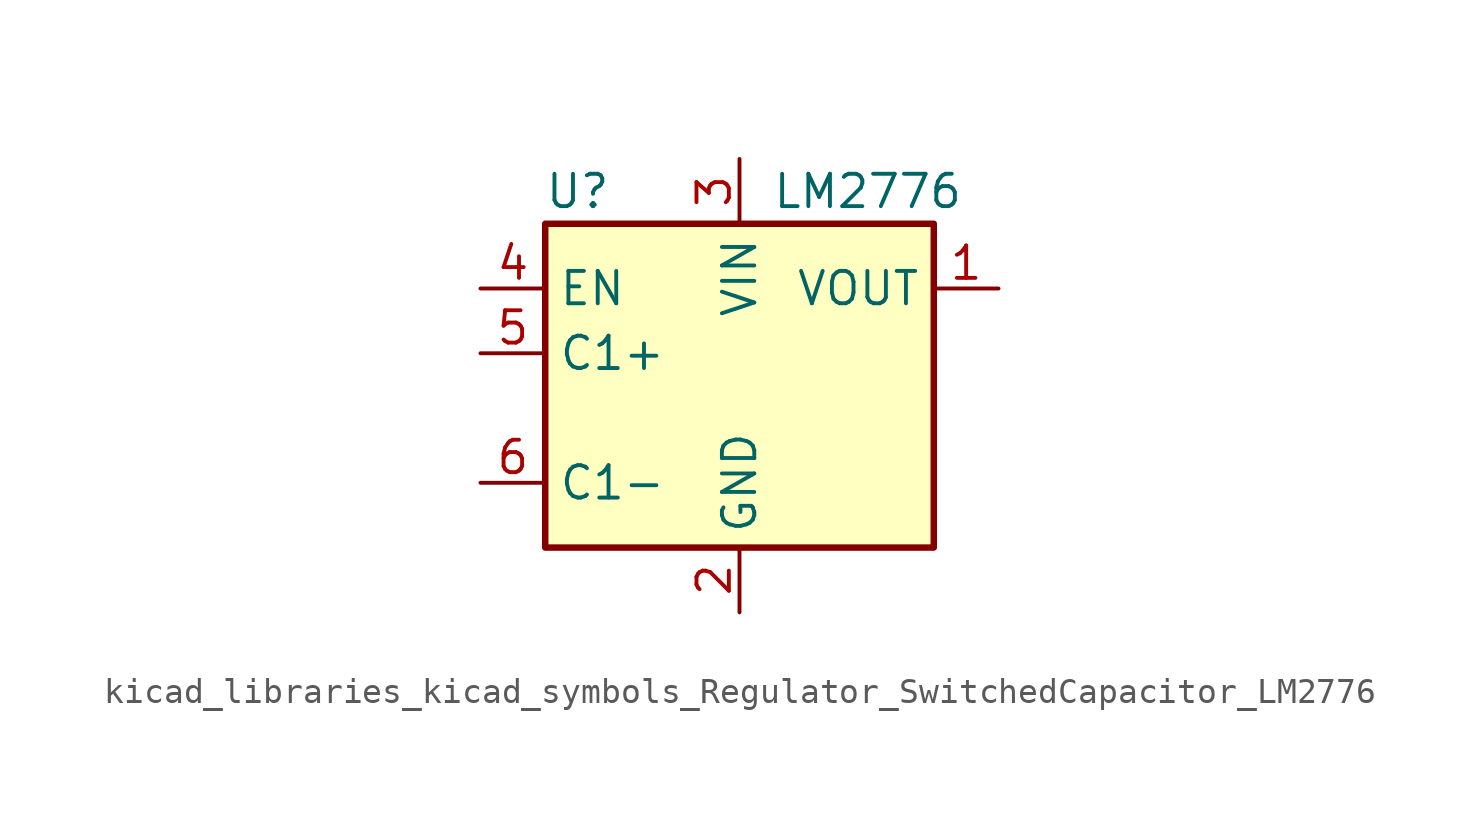
<source format=kicad_sym>
(kicad_symbol_lib
  (version 20220914)
  (generator kicad_symbol_editor)
  (symbol "kicad_libraries_kicad_symbols_Regulator_SwitchedCapacitor_LM2776"
    (property "Reference" "U"
      (at -6.35 6.35 0)
      (effects (font (size 1.27 1.27))))
    (property "Value" "LM2776"
      (at 1.27 6.35 0)
      (effects (font (size 1.27 1.27)) (justify left)))
    (symbol "kicad_libraries_kicad_symbols_Regulator_SwitchedCapacitor_LM2776_0_1"
      (rectangle (start -7.62 5.08) (end 7.62 -7.62) (stroke (width 0.254) (type default)) (fill (type background))))
    (symbol "kicad_libraries_kicad_symbols_Regulator_SwitchedCapacitor_LM2776_1_1"
      (pin power_out line (at 10.16 2.54 180) (length 2.54) (name "VOUT" (effects (font (size 1.27 1.27)))) (number "1" (effects (font (size 1.27 1.27)))))
      (pin power_in line (at 0 -10.16 90) (length 2.54) (name "GND" (effects (font (size 1.27 1.27)))) (number "2" (effects (font (size 1.27 1.27)))))
      (pin power_in line (at 0 7.62 270) (length 2.54) (name "VIN" (effects (font (size 1.27 1.27)))) (number "3" (effects (font (size 1.27 1.27)))))
      (pin input line (at -10.16 2.54 0) (length 2.54) (name "EN" (effects (font (size 1.27 1.27)))) (number "4" (effects (font (size 1.27 1.27)))))
      (pin passive line (at -10.16 0 0) (length 2.54) (name "C1+" (effects (font (size 1.27 1.27)))) (number "5" (effects (font (size 1.27 1.27)))))
      (pin passive line (at -10.16 -5.08 0) (length 2.54) (name "C1-" (effects (font (size 1.27 1.27)))) (number "6" (effects (font (size 1.27 1.27))))))))
</source>
